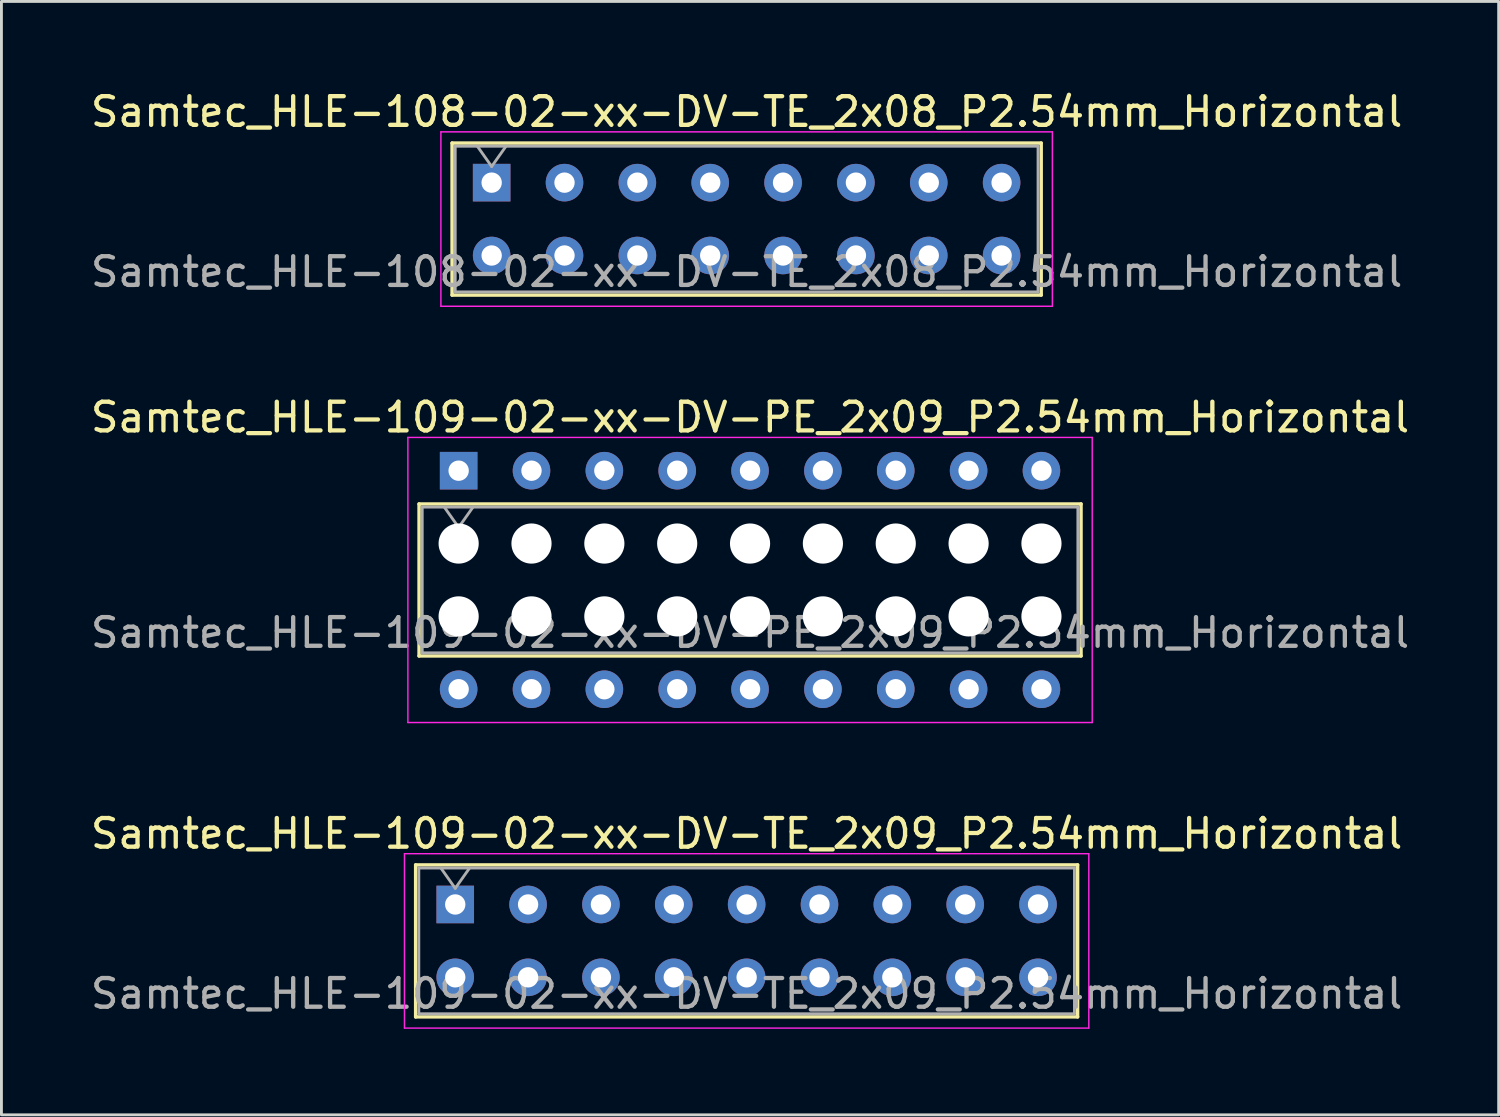
<source format=kicad_pcb>
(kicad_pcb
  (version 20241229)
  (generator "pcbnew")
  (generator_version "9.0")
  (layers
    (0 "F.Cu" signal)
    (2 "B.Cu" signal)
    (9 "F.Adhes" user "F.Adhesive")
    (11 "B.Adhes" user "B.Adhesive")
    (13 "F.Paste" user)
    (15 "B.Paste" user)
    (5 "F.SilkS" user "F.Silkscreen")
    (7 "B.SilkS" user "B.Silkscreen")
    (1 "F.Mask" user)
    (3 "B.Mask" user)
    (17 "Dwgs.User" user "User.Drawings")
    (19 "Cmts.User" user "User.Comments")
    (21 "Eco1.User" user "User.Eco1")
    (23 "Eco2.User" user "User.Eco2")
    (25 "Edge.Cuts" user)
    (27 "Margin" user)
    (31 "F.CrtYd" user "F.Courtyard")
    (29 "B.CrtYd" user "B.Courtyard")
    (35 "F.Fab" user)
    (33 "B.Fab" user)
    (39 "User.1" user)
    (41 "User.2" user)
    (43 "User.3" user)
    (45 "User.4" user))
  (footprint "Samtec_HLE-109-02-xx-DV-PE_2x09_P2.54mm_Horizontal"
    (layer "F.Cu")
    (at 12.941 13.361)
    (property "Reference" "Samtec_HLE-109-02-xx-DV-PE_2x09_P2.54mm_Horizontal" (at 10.16 -1.86 0) (layer "F.SilkS") (effects (font (size 1 1) (thickness 0.15))))
    (attr through_hole)
    (fp_line (start -1.38 1.16) (end 21.7 1.16) (stroke (width 0.12) (type solid)) (layer "F.SilkS"))
    (fp_line (start -1.38 6.46) (end -1.38 1.16) (stroke (width 0.12) (type solid)) (layer "F.SilkS"))
    (fp_line (start 21.7 1.16) (end 21.7 6.46) (stroke (width 0.12) (type solid)) (layer "F.SilkS"))
    (fp_line (start 21.7 6.46) (end -1.38 6.46) (stroke (width 0.12) (type solid)) (layer "F.SilkS"))
    (fp_line (start -1.77 -1.16) (end 22.09 -1.16) (stroke (width 0.05) (type solid)) (layer "F.CrtYd"))
    (fp_line (start -1.77 8.78) (end -1.77 -1.16) (stroke (width 0.05) (type solid)) (layer "F.CrtYd"))
    (fp_line (start 22.09 -1.16) (end 22.09 8.78) (stroke (width 0.05) (type solid)) (layer "F.CrtYd"))
    (fp_line (start 22.09 8.78) (end -1.77 8.78) (stroke (width 0.05) (type solid)) (layer "F.CrtYd"))
    (fp_line (start -1.27 1.27) (end 21.59 1.27) (stroke (width 0.1) (type solid)) (layer "F.Fab"))
    (fp_line (start -1.27 6.35) (end -1.27 1.27) (stroke (width 0.1) (type solid)) (layer "F.Fab"))
    (fp_line (start -0.5 1.27) (end 0 1.977) (stroke (width 0.1) (type solid)) (layer "F.Fab"))
    (fp_line (start 0 1.977) (end 0.5 1.27) (stroke (width 0.1) (type solid)) (layer "F.Fab"))
    (fp_line (start 21.59 1.27) (end 21.59 6.35) (stroke (width 0.1) (type solid)) (layer "F.Fab"))
    (fp_line (start 21.59 6.35) (end -1.27 6.35) (stroke (width 0.1) (type solid)) (layer "F.Fab"))
    (fp_text user "${REFERENCE}" (at 10.16 5.65 0) (layer "F.Fab") (effects (font (size 1 1) (thickness 0.15))))
    (pad "" np_thru_hole circle (at 0 2.54) (size 1.4 1.4) (drill 1.4) (layers "*.Cu" "*.Mask"))
    (pad "" np_thru_hole circle (at 0 5.08) (size 1.4 1.4) (drill 1.4) (layers "*.Cu" "*.Mask"))
    (pad "" np_thru_hole circle (at 2.54 2.54) (size 1.4 1.4) (drill 1.4) (layers "*.Cu" "*.Mask"))
    (pad "" np_thru_hole circle (at 2.54 5.08) (size 1.4 1.4) (drill 1.4) (layers "*.Cu" "*.Mask"))
    (pad "" np_thru_hole circle (at 5.08 2.54) (size 1.4 1.4) (drill 1.4) (layers "*.Cu" "*.Mask"))
    (pad "" np_thru_hole circle (at 5.08 5.08) (size 1.4 1.4) (drill 1.4) (layers "*.Cu" "*.Mask"))
    (pad "" np_thru_hole circle (at 7.62 2.54) (size 1.4 1.4) (drill 1.4) (layers "*.Cu" "*.Mask"))
    (pad "" np_thru_hole circle (at 7.62 5.08) (size 1.4 1.4) (drill 1.4) (layers "*.Cu" "*.Mask"))
    (pad "" np_thru_hole circle (at 10.16 2.54) (size 1.4 1.4) (drill 1.4) (layers "*.Cu" "*.Mask"))
    (pad "" np_thru_hole circle (at 10.16 5.08) (size 1.4 1.4) (drill 1.4) (layers "*.Cu" "*.Mask"))
    (pad "" np_thru_hole circle (at 12.7 2.54) (size 1.4 1.4) (drill 1.4) (layers "*.Cu" "*.Mask"))
    (pad "" np_thru_hole circle (at 12.7 5.08) (size 1.4 1.4) (drill 1.4) (layers "*.Cu" "*.Mask"))
    (pad "" np_thru_hole circle (at 15.24 2.54) (size 1.4 1.4) (drill 1.4) (layers "*.Cu" "*.Mask"))
    (pad "" np_thru_hole circle (at 15.24 5.08) (size 1.4 1.4) (drill 1.4) (layers "*.Cu" "*.Mask"))
    (pad "" np_thru_hole circle (at 17.78 2.54) (size 1.4 1.4) (drill 1.4) (layers "*.Cu" "*.Mask"))
    (pad "" np_thru_hole circle (at 17.78 5.08) (size 1.4 1.4) (drill 1.4) (layers "*.Cu" "*.Mask"))
    (pad "" np_thru_hole circle (at 20.32 2.54) (size 1.4 1.4) (drill 1.4) (layers "*.Cu" "*.Mask"))
    (pad "" np_thru_hole circle (at 20.32 5.08) (size 1.4 1.4) (drill 1.4) (layers "*.Cu" "*.Mask"))
    (pad "1" thru_hole rect (at 0 0) (size 1.31 1.31) (drill 0.71) (layers "*.Cu" "*.Mask"))
    (pad "2" thru_hole circle (at 0 7.62) (size 1.31 1.31) (drill 0.71) (layers "*.Cu" "*.Mask"))
    (pad "3" thru_hole circle (at 2.54 0) (size 1.31 1.31) (drill 0.71) (layers "*.Cu" "*.Mask"))
    (pad "4" thru_hole circle (at 2.54 7.62) (size 1.31 1.31) (drill 0.71) (layers "*.Cu" "*.Mask"))
    (pad "5" thru_hole circle (at 5.08 0) (size 1.31 1.31) (drill 0.71) (layers "*.Cu" "*.Mask"))
    (pad "6" thru_hole circle (at 5.08 7.62) (size 1.31 1.31) (drill 0.71) (layers "*.Cu" "*.Mask"))
    (pad "7" thru_hole circle (at 7.62 0) (size 1.31 1.31) (drill 0.71) (layers "*.Cu" "*.Mask"))
    (pad "8" thru_hole circle (at 7.62 7.62) (size 1.31 1.31) (drill 0.71) (layers "*.Cu" "*.Mask"))
    (pad "9" thru_hole circle (at 10.16 0) (size 1.31 1.31) (drill 0.71) (layers "*.Cu" "*.Mask"))
    (pad "10" thru_hole circle (at 10.16 7.62) (size 1.31 1.31) (drill 0.71) (layers "*.Cu" "*.Mask"))
    (pad "11" thru_hole circle (at 12.7 0) (size 1.31 1.31) (drill 0.71) (layers "*.Cu" "*.Mask"))
    (pad "12" thru_hole circle (at 12.7 7.62) (size 1.31 1.31) (drill 0.71) (layers "*.Cu" "*.Mask"))
    (pad "13" thru_hole circle (at 15.24 0) (size 1.31 1.31) (drill 0.71) (layers "*.Cu" "*.Mask"))
    (pad "14" thru_hole circle (at 15.24 7.62) (size 1.31 1.31) (drill 0.71) (layers "*.Cu" "*.Mask"))
    (pad "15" thru_hole circle (at 17.78 0) (size 1.31 1.31) (drill 0.71) (layers "*.Cu" "*.Mask"))
    (pad "16" thru_hole circle (at 17.78 7.62) (size 1.31 1.31) (drill 0.71) (layers "*.Cu" "*.Mask"))
    (pad "17" thru_hole circle (at 20.32 0) (size 1.31 1.31) (drill 0.71) (layers "*.Cu" "*.Mask"))
    (pad "18" thru_hole circle (at 20.32 7.62) (size 1.31 1.31) (drill 0.71) (layers "*.Cu" "*.Mask")))
  (footprint "Samtec_HLE-108-02-xx-DV-TE_2x08_P2.54mm_Horizontal"
    (layer "F.Cu")
    (at 14.092 3.318)
    (property "Reference" "Samtec_HLE-108-02-xx-DV-TE_2x08_P2.54mm_Horizontal" (at 8.89 -2.47 0) (layer "F.SilkS") (effects (font (size 1 1) (thickness 0.15))))
    (attr through_hole)
    (fp_line (start -1.38 -1.38) (end 19.16 -1.38) (stroke (width 0.12) (type solid)) (layer "F.SilkS"))
    (fp_line (start -1.38 3.92) (end -1.38 -1.38) (stroke (width 0.12) (type solid)) (layer "F.SilkS"))
    (fp_line (start 19.16 -1.38) (end 19.16 3.92) (stroke (width 0.12) (type solid)) (layer "F.SilkS"))
    (fp_line (start 19.16 3.92) (end -1.38 3.92) (stroke (width 0.12) (type solid)) (layer "F.SilkS"))
    (fp_line (start -1.77 -1.77) (end 19.55 -1.77) (stroke (width 0.05) (type solid)) (layer "F.CrtYd"))
    (fp_line (start -1.77 4.31) (end -1.77 -1.77) (stroke (width 0.05) (type solid)) (layer "F.CrtYd"))
    (fp_line (start 19.55 -1.77) (end 19.55 4.31) (stroke (width 0.05) (type solid)) (layer "F.CrtYd"))
    (fp_line (start 19.55 4.31) (end -1.77 4.31) (stroke (width 0.05) (type solid)) (layer "F.CrtYd"))
    (fp_line (start -1.27 -1.27) (end 19.05 -1.27) (stroke (width 0.1) (type solid)) (layer "F.Fab"))
    (fp_line (start -1.27 3.81) (end -1.27 -1.27) (stroke (width 0.1) (type solid)) (layer "F.Fab"))
    (fp_line (start -0.5 -1.27) (end 0 -0.563) (stroke (width 0.1) (type solid)) (layer "F.Fab"))
    (fp_line (start 0 -0.563) (end 0.5 -1.27) (stroke (width 0.1) (type solid)) (layer "F.Fab"))
    (fp_line (start 19.05 -1.27) (end 19.05 3.81) (stroke (width 0.1) (type solid)) (layer "F.Fab"))
    (fp_line (start 19.05 3.81) (end -1.27 3.81) (stroke (width 0.1) (type solid)) (layer "F.Fab"))
    (fp_text user "${REFERENCE}" (at 8.89 3.11 0) (layer "F.Fab") (effects (font (size 1 1) (thickness 0.15))))
    (pad "1" thru_hole rect (at 0 0) (size 1.31 1.31) (drill 0.71) (layers "*.Cu" "*.Mask"))
    (pad "2" thru_hole circle (at 0 2.54) (size 1.31 1.31) (drill 0.71) (layers "*.Cu" "*.Mask"))
    (pad "3" thru_hole circle (at 2.54 0) (size 1.31 1.31) (drill 0.71) (layers "*.Cu" "*.Mask"))
    (pad "4" thru_hole circle (at 2.54 2.54) (size 1.31 1.31) (drill 0.71) (layers "*.Cu" "*.Mask"))
    (pad "5" thru_hole circle (at 5.08 0) (size 1.31 1.31) (drill 0.71) (layers "*.Cu" "*.Mask"))
    (pad "6" thru_hole circle (at 5.08 2.54) (size 1.31 1.31) (drill 0.71) (layers "*.Cu" "*.Mask"))
    (pad "7" thru_hole circle (at 7.62 0) (size 1.31 1.31) (drill 0.71) (layers "*.Cu" "*.Mask"))
    (pad "8" thru_hole circle (at 7.62 2.54) (size 1.31 1.31) (drill 0.71) (layers "*.Cu" "*.Mask"))
    (pad "9" thru_hole circle (at 10.16 0) (size 1.31 1.31) (drill 0.71) (layers "*.Cu" "*.Mask"))
    (pad "10" thru_hole circle (at 10.16 2.54) (size 1.31 1.31) (drill 0.71) (layers "*.Cu" "*.Mask"))
    (pad "11" thru_hole circle (at 12.7 0) (size 1.31 1.31) (drill 0.71) (layers "*.Cu" "*.Mask"))
    (pad "12" thru_hole circle (at 12.7 2.54) (size 1.31 1.31) (drill 0.71) (layers "*.Cu" "*.Mask"))
    (pad "13" thru_hole circle (at 15.24 0) (size 1.31 1.31) (drill 0.71) (layers "*.Cu" "*.Mask"))
    (pad "14" thru_hole circle (at 15.24 2.54) (size 1.31 1.31) (drill 0.71) (layers "*.Cu" "*.Mask"))
    (pad "15" thru_hole circle (at 17.78 0) (size 1.31 1.31) (drill 0.71) (layers "*.Cu" "*.Mask"))
    (pad "16" thru_hole circle (at 17.78 2.54) (size 1.31 1.31) (drill 0.71) (layers "*.Cu" "*.Mask")))
  (footprint "Samtec_HLE-109-02-xx-DV-TE_2x09_P2.54mm_Horizontal"
    (layer "F.Cu")
    (at 12.822 28.485)
    (property "Reference" "Samtec_HLE-109-02-xx-DV-TE_2x09_P2.54mm_Horizontal" (at 10.16 -2.47 0) (layer "F.SilkS") (effects (font (size 1 1) (thickness 0.15))))
    (attr through_hole)
    (fp_line (start -1.38 -1.38) (end 21.7 -1.38) (stroke (width 0.12) (type solid)) (layer "F.SilkS"))
    (fp_line (start -1.38 3.92) (end -1.38 -1.38) (stroke (width 0.12) (type solid)) (layer "F.SilkS"))
    (fp_line (start 21.7 -1.38) (end 21.7 3.92) (stroke (width 0.12) (type solid)) (layer "F.SilkS"))
    (fp_line (start 21.7 3.92) (end -1.38 3.92) (stroke (width 0.12) (type solid)) (layer "F.SilkS"))
    (fp_line (start -1.77 -1.77) (end 22.09 -1.77) (stroke (width 0.05) (type solid)) (layer "F.CrtYd"))
    (fp_line (start -1.77 4.31) (end -1.77 -1.77) (stroke (width 0.05) (type solid)) (layer "F.CrtYd"))
    (fp_line (start 22.09 -1.77) (end 22.09 4.31) (stroke (width 0.05) (type solid)) (layer "F.CrtYd"))
    (fp_line (start 22.09 4.31) (end -1.77 4.31) (stroke (width 0.05) (type solid)) (layer "F.CrtYd"))
    (fp_line (start -1.27 -1.27) (end 21.59 -1.27) (stroke (width 0.1) (type solid)) (layer "F.Fab"))
    (fp_line (start -1.27 3.81) (end -1.27 -1.27) (stroke (width 0.1) (type solid)) (layer "F.Fab"))
    (fp_line (start -0.5 -1.27) (end 0 -0.563) (stroke (width 0.1) (type solid)) (layer "F.Fab"))
    (fp_line (start 0 -0.563) (end 0.5 -1.27) (stroke (width 0.1) (type solid)) (layer "F.Fab"))
    (fp_line (start 21.59 -1.27) (end 21.59 3.81) (stroke (width 0.1) (type solid)) (layer "F.Fab"))
    (fp_line (start 21.59 3.81) (end -1.27 3.81) (stroke (width 0.1) (type solid)) (layer "F.Fab"))
    (fp_text user "${REFERENCE}" (at 10.16 3.11 0) (layer "F.Fab") (effects (font (size 1 1) (thickness 0.15))))
    (pad "1" thru_hole rect (at 0 0) (size 1.31 1.31) (drill 0.71) (layers "*.Cu" "*.Mask"))
    (pad "2" thru_hole circle (at 0 2.54) (size 1.31 1.31) (drill 0.71) (layers "*.Cu" "*.Mask"))
    (pad "3" thru_hole circle (at 2.54 0) (size 1.31 1.31) (drill 0.71) (layers "*.Cu" "*.Mask"))
    (pad "4" thru_hole circle (at 2.54 2.54) (size 1.31 1.31) (drill 0.71) (layers "*.Cu" "*.Mask"))
    (pad "5" thru_hole circle (at 5.08 0) (size 1.31 1.31) (drill 0.71) (layers "*.Cu" "*.Mask"))
    (pad "6" thru_hole circle (at 5.08 2.54) (size 1.31 1.31) (drill 0.71) (layers "*.Cu" "*.Mask"))
    (pad "7" thru_hole circle (at 7.62 0) (size 1.31 1.31) (drill 0.71) (layers "*.Cu" "*.Mask"))
    (pad "8" thru_hole circle (at 7.62 2.54) (size 1.31 1.31) (drill 0.71) (layers "*.Cu" "*.Mask"))
    (pad "9" thru_hole circle (at 10.16 0) (size 1.31 1.31) (drill 0.71) (layers "*.Cu" "*.Mask"))
    (pad "10" thru_hole circle (at 10.16 2.54) (size 1.31 1.31) (drill 0.71) (layers "*.Cu" "*.Mask"))
    (pad "11" thru_hole circle (at 12.7 0) (size 1.31 1.31) (drill 0.71) (layers "*.Cu" "*.Mask"))
    (pad "12" thru_hole circle (at 12.7 2.54) (size 1.31 1.31) (drill 0.71) (layers "*.Cu" "*.Mask"))
    (pad "13" thru_hole circle (at 15.24 0) (size 1.31 1.31) (drill 0.71) (layers "*.Cu" "*.Mask"))
    (pad "14" thru_hole circle (at 15.24 2.54) (size 1.31 1.31) (drill 0.71) (layers "*.Cu" "*.Mask"))
    (pad "15" thru_hole circle (at 17.78 0) (size 1.31 1.31) (drill 0.71) (layers "*.Cu" "*.Mask"))
    (pad "16" thru_hole circle (at 17.78 2.54) (size 1.31 1.31) (drill 0.71) (layers "*.Cu" "*.Mask"))
    (pad "17" thru_hole circle (at 20.32 0) (size 1.31 1.31) (drill 0.71) (layers "*.Cu" "*.Mask"))
    (pad "18" thru_hole circle (at 20.32 2.54) (size 1.31 1.31) (drill 0.71) (layers "*.Cu" "*.Mask")))
  (gr_rect
    (start -3 -3)
    (end 49.202 35.82)
    (stroke (width 0.1) (type default))
    (fill no)
    (layer "Edge.Cuts")))
</source>
